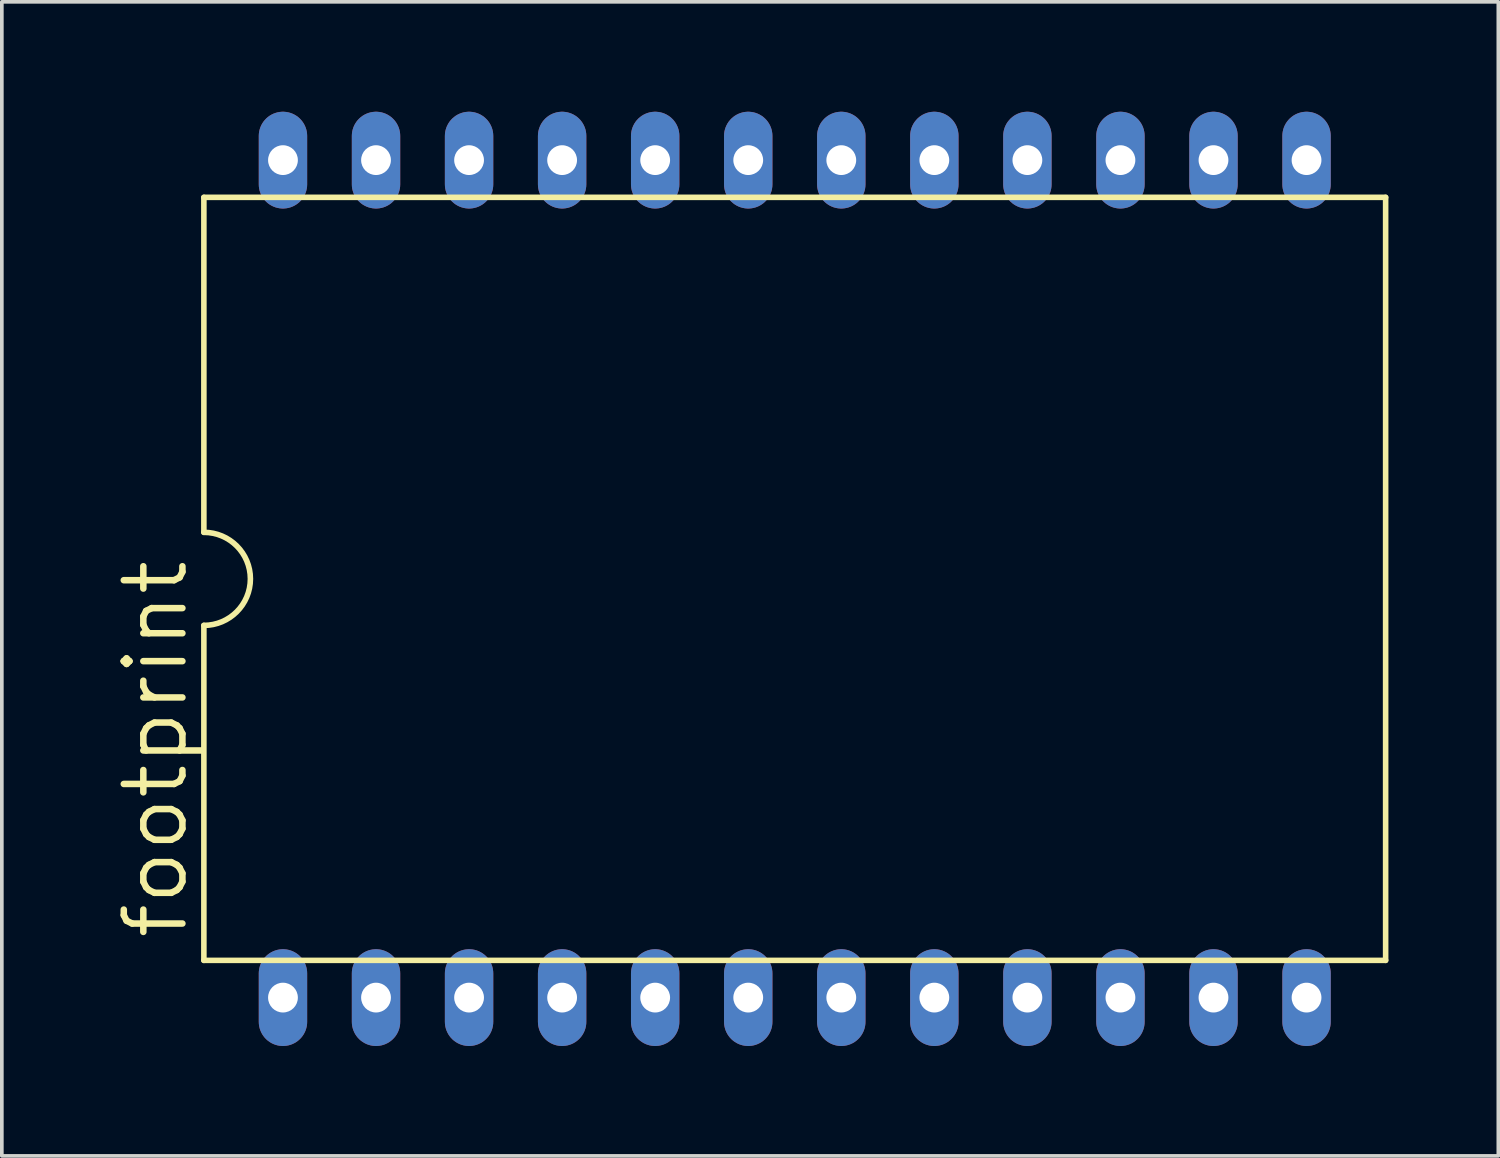
<source format=kicad_pcb>
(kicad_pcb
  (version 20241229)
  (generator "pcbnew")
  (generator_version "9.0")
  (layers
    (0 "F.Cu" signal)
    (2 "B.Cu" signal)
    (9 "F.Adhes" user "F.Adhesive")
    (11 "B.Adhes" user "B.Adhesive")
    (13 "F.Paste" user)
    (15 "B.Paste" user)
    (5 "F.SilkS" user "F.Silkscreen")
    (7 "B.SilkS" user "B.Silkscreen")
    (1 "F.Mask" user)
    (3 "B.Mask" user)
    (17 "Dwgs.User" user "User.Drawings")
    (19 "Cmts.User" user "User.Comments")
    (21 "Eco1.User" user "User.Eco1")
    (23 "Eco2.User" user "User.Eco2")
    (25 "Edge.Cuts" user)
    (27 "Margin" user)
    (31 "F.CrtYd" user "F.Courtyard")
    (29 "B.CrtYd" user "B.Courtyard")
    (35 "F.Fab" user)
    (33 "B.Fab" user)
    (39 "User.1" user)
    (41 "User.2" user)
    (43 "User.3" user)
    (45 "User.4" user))
  (footprint "footprint"
    (layer "F.Cu")
    (at 18.644 12.751)
    (property "Reference" "footprint" (at -16.51 9.906 90) (layer "F.SilkS") (effects (font (size 1.6 1.6) (thickness 0.178)) (justify left bottom)))
    (fp_line (start -16.129 -10.414) (end -16.129 -1.27) (stroke (width 0.152) (type solid)) (layer "F.SilkS"))
    (fp_line (start -16.129 -10.414) (end 16.129 -10.414) (stroke (width 0.152) (type solid)) (layer "F.SilkS"))
    (fp_line (start -16.129 1.27) (end -16.129 10.414) (stroke (width 0.152) (type solid)) (layer "F.SilkS"))
    (fp_line (start -16.129 10.414) (end 16.129 10.414) (stroke (width 0.152) (type solid)) (layer "F.SilkS"))
    (fp_line (start 16.129 10.414) (end 16.129 -10.414) (stroke (width 0.152) (type solid)) (layer "F.SilkS"))
    (fp_arc (start -16.129 -1.27) (mid -14.859 0) (end -16.129 1.27) (stroke (width 0.1524) (type solid)) (layer "F.SilkS"))
    (pad "1" thru_hole oval (at -13.97 11.43 90) (size 2.642 1.321) (drill 0.813) (layers "*.Cu" "*.Mask"))
    (pad "2" thru_hole oval (at -11.43 11.43 90) (size 2.642 1.321) (drill 0.813) (layers "*.Cu" "*.Mask"))
    (pad "3" thru_hole oval (at -8.89 11.43 90) (size 2.642 1.321) (drill 0.813) (layers "*.Cu" "*.Mask"))
    (pad "4" thru_hole oval (at -6.35 11.43 90) (size 2.642 1.321) (drill 0.813) (layers "*.Cu" "*.Mask"))
    (pad "5" thru_hole oval (at -3.81 11.43 90) (size 2.642 1.321) (drill 0.813) (layers "*.Cu" "*.Mask"))
    (pad "6" thru_hole oval (at -1.27 11.43 90) (size 2.642 1.321) (drill 0.813) (layers "*.Cu" "*.Mask"))
    (pad "7" thru_hole oval (at 1.27 11.43 90) (size 2.642 1.321) (drill 0.813) (layers "*.Cu" "*.Mask"))
    (pad "8" thru_hole oval (at 3.81 11.43 90) (size 2.642 1.321) (drill 0.813) (layers "*.Cu" "*.Mask"))
    (pad "9" thru_hole oval (at 6.35 11.43 90) (size 2.642 1.321) (drill 0.813) (layers "*.Cu" "*.Mask"))
    (pad "10" thru_hole oval (at 8.89 11.43 90) (size 2.642 1.321) (drill 0.813) (layers "*.Cu" "*.Mask"))
    (pad "11" thru_hole oval (at 11.43 11.43 90) (size 2.642 1.321) (drill 0.813) (layers "*.Cu" "*.Mask"))
    (pad "12" thru_hole oval (at 13.97 11.43 90) (size 2.642 1.321) (drill 0.813) (layers "*.Cu" "*.Mask"))
    (pad "13" thru_hole oval (at 13.97 -11.43 90) (size 2.642 1.321) (drill 0.813) (layers "*.Cu" "*.Mask"))
    (pad "14" thru_hole oval (at 11.43 -11.43 90) (size 2.642 1.321) (drill 0.813) (layers "*.Cu" "*.Mask"))
    (pad "15" thru_hole oval (at 8.89 -11.43 90) (size 2.642 1.321) (drill 0.813) (layers "*.Cu" "*.Mask"))
    (pad "16" thru_hole oval (at 6.35 -11.43 90) (size 2.642 1.321) (drill 0.813) (layers "*.Cu" "*.Mask"))
    (pad "17" thru_hole oval (at 3.81 -11.43 90) (size 2.642 1.321) (drill 0.813) (layers "*.Cu" "*.Mask"))
    (pad "18" thru_hole oval (at 1.27 -11.43 90) (size 2.642 1.321) (drill 0.813) (layers "*.Cu" "*.Mask"))
    (pad "19" thru_hole oval (at -1.27 -11.43 90) (size 2.642 1.321) (drill 0.813) (layers "*.Cu" "*.Mask"))
    (pad "20" thru_hole oval (at -3.81 -11.43 90) (size 2.642 1.321) (drill 0.813) (layers "*.Cu" "*.Mask"))
    (pad "21" thru_hole oval (at -6.35 -11.43 90) (size 2.642 1.321) (drill 0.813) (layers "*.Cu" "*.Mask"))
    (pad "22" thru_hole oval (at -8.89 -11.43 90) (size 2.642 1.321) (drill 0.813) (layers "*.Cu" "*.Mask"))
    (pad "23" thru_hole oval (at -11.43 -11.43 90) (size 2.642 1.321) (drill 0.813) (layers "*.Cu" "*.Mask"))
    (pad "24" thru_hole oval (at -13.97 -11.43 90) (size 2.642 1.321) (drill 0.813) (layers "*.Cu" "*.Mask")))
  (gr_rect
    (start -3 -3)
    (end 37.849 28.502)
    (stroke (width 0.1) (type default))
    (fill no)
    (layer "Edge.Cuts")))
</source>
